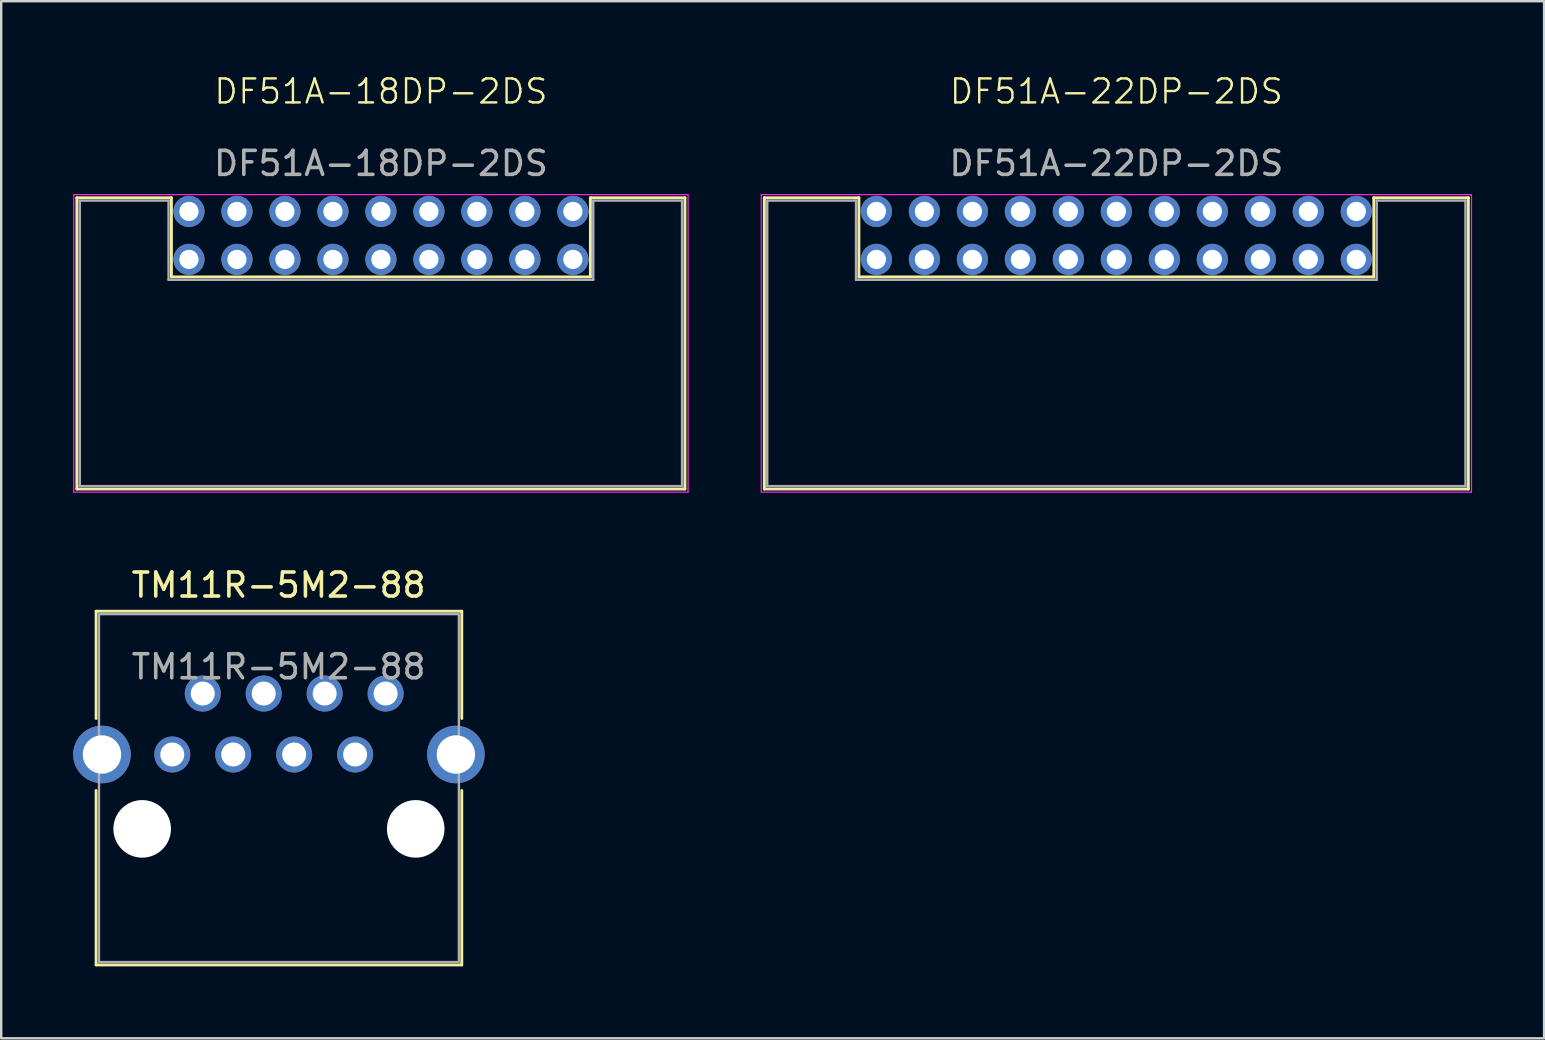
<source format=kicad_pcb>
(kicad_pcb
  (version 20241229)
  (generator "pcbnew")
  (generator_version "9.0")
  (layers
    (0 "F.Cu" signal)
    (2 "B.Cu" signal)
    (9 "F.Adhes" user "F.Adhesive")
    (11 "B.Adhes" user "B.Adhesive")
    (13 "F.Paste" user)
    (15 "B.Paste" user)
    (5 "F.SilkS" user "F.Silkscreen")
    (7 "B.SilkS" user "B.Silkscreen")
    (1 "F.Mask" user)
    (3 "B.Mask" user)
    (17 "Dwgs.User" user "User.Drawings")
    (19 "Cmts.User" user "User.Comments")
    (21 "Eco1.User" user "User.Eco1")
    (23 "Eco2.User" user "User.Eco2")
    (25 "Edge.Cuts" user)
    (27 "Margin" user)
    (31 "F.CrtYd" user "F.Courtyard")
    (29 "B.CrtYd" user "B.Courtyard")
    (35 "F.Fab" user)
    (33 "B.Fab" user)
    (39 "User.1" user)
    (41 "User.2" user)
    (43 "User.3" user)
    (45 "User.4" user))
  (footprint "TM11R-5M2-88"
    (layer "F.Cu")
    (at 13.02 25.854)
    (property "Reference" "TM11R-5M2-88" (at -4.46 -4.52 0) (unlocked yes) (layer "F.SilkS") (effects (font (size 1 1) (thickness 0.15))))
    (attr through_hole)
    (fp_line (start -12.065 -3.43) (end -12.065 1.04) (stroke (width 0.12) (type default)) (layer "F.SilkS"))
    (fp_line (start -12.065 -3.43) (end 3.175 -3.43) (stroke (width 0.12) (type default)) (layer "F.SilkS"))
    (fp_line (start -12.065 11.31) (end -12.065 4.04) (stroke (width 0.12) (type default)) (layer "F.SilkS"))
    (fp_line (start -12.065 11.31) (end 3.175 11.31) (stroke (width 0.12) (type default)) (layer "F.SilkS"))
    (fp_line (start 3.175 -3.43) (end 3.175 1.04) (stroke (width 0.12) (type default)) (layer "F.SilkS"))
    (fp_line (start 3.175 11.31) (end 3.175 4.04) (stroke (width 0.12) (type default)) (layer "F.SilkS"))
    (fp_rect (start -11.945 -3.31) (end 3.055 11.19) (stroke (width 0.1) (type default)) (fill no) (layer "F.Fab"))
    (fp_text user "${REFERENCE}" (at -4.46 -1.115 0) (unlocked yes) (layer "F.Fab") (effects (font (size 1 1) (thickness 0.15))))
    (pad "" np_thru_hole circle (at -10.145 5.64) (size 2.4 2.4) (drill 2.4) (layers "*.Cu" "*.Mask"))
    (pad "" np_thru_hole circle (at 1.255 5.64) (size 2.4 2.4) (drill 2.4) (layers "*.Cu" "*.Mask"))
    (pad "1" thru_hole circle (at 0 0) (size 1.5 1.5) (drill 1) (layers "*.Cu" "*.Mask"))
    (pad "2" thru_hole circle (at -1.27 2.54) (size 1.5 1.5) (drill 1) (layers "*.Cu" "*.Mask"))
    (pad "3" thru_hole circle (at -2.54 0) (size 1.5 1.5) (drill 1) (layers "*.Cu" "*.Mask"))
    (pad "4" thru_hole circle (at -3.81 2.54) (size 1.5 1.5) (drill 1) (layers "*.Cu" "*.Mask"))
    (pad "5" thru_hole circle (at -5.08 0) (size 1.5 1.5) (drill 1) (layers "*.Cu" "*.Mask"))
    (pad "6" thru_hole circle (at -6.35 2.54) (size 1.5 1.5) (drill 1) (layers "*.Cu" "*.Mask"))
    (pad "7" thru_hole circle (at -7.62 0) (size 1.5 1.5) (drill 1) (layers "*.Cu" "*.Mask"))
    (pad "8" thru_hole circle (at -8.89 2.54) (size 1.5 1.5) (drill 1) (layers "*.Cu" "*.Mask"))
    (pad "SH" thru_hole circle (at -11.82 2.54) (size 2.4 2.4) (drill 1.6) (layers "*.Cu" "*.Mask"))
    (pad "SH" thru_hole circle (at 2.93 2.54) (size 2.4 2.4) (drill 1.6) (layers "*.Cu" "*.Mask")))
  (footprint "DF51A-22DP-2DS"
    (layer "F.Cu")
    (at 33.475 5.761)
    (property "Reference" "DF51A-22DP-2DS" (at 10 -5 0) (unlocked yes) (layer "F.SilkS") (effects (font (size 1 1) (thickness 0.1))))
    (attr through_hole)
    (fp_line (start -4.67 -0.57) (end -4.67 11.57) (stroke (width 0.12) (type default)) (layer "F.SilkS"))
    (fp_line (start -4.67 -0.57) (end -0.73 -0.57) (stroke (width 0.12) (type default)) (layer "F.SilkS"))
    (fp_line (start -4.67 11.57) (end 24.67 11.57) (stroke (width 0.12) (type default)) (layer "F.SilkS"))
    (fp_line (start -0.73 -0.57) (end -0.73 2.73) (stroke (width 0.12) (type default)) (layer "F.SilkS"))
    (fp_line (start -0.73 2.73) (end 20.73 2.73) (stroke (width 0.12) (type default)) (layer "F.SilkS"))
    (fp_line (start 20.73 -0.57) (end 24.67 -0.57) (stroke (width 0.12) (type default)) (layer "F.SilkS"))
    (fp_line (start 20.73 2.73) (end 20.73 -0.57) (stroke (width 0.12) (type default)) (layer "F.SilkS"))
    (fp_line (start 24.67 -0.57) (end 24.67 11.57) (stroke (width 0.12) (type default)) (layer "F.SilkS"))
    (fp_line (start -4.8 -0.7) (end -4.8 11.7) (stroke (width 0.05) (type default)) (layer "F.CrtYd"))
    (fp_line (start -4.8 11.7) (end 24.8 11.7) (stroke (width 0.05) (type default)) (layer "F.CrtYd"))
    (fp_line (start 24.8 -0.7) (end -4.8 -0.7) (stroke (width 0.05) (type default)) (layer "F.CrtYd"))
    (fp_line (start 24.8 11.7) (end 24.8 -0.7) (stroke (width 0.05) (type default)) (layer "F.CrtYd"))
    (fp_line (start -4.55 -0.45) (end -4.55 11.45) (stroke (width 0.1) (type default)) (layer "F.Fab"))
    (fp_line (start -4.55 11.45) (end 24.55 11.45) (stroke (width 0.1) (type default)) (layer "F.Fab"))
    (fp_line (start -0.85 -0.45) (end -4.55 -0.45) (stroke (width 0.1) (type default)) (layer "F.Fab"))
    (fp_line (start -0.85 2.85) (end -0.85 -0.45) (stroke (width 0.1) (type default)) (layer "F.Fab"))
    (fp_line (start -0.85 2.85) (end 20.85 2.85) (stroke (width 0.1) (type default)) (layer "F.Fab"))
    (fp_line (start 20.85 -0.45) (end 20.85 2.85) (stroke (width 0.1) (type default)) (layer "F.Fab"))
    (fp_line (start 20.85 -0.45) (end 24.55 -0.45) (stroke (width 0.1) (type default)) (layer "F.Fab"))
    (fp_line (start 24.55 11.45) (end 24.55 -0.45) (stroke (width 0.1) (type default)) (layer "F.Fab"))
    (fp_text user "${REFERENCE}" (at 10 -2 0) (unlocked yes) (layer "F.Fab") (effects (font (size 1 1) (thickness 0.15))))
    (pad "1" thru_hole circle (at 0 0) (size 1.3 1.3) (drill 0.8) (layers "*.Cu" "*.Mask"))
    (pad "2" thru_hole circle (at 0 2) (size 1.3 1.3) (drill 0.8) (layers "*.Cu" "*.Mask"))
    (pad "3" thru_hole circle (at 2 0) (size 1.3 1.3) (drill 0.8) (layers "*.Cu" "*.Mask"))
    (pad "4" thru_hole circle (at 2 2) (size 1.3 1.3) (drill 0.8) (layers "*.Cu" "*.Mask"))
    (pad "5" thru_hole circle (at 4 0) (size 1.3 1.3) (drill 0.8) (layers "*.Cu" "*.Mask"))
    (pad "6" thru_hole circle (at 4 2) (size 1.3 1.3) (drill 0.8) (layers "*.Cu" "*.Mask"))
    (pad "7" thru_hole circle (at 6 0) (size 1.3 1.3) (drill 0.8) (layers "*.Cu" "*.Mask"))
    (pad "8" thru_hole circle (at 6 2) (size 1.3 1.3) (drill 0.8) (layers "*.Cu" "*.Mask"))
    (pad "9" thru_hole circle (at 8 0) (size 1.3 1.3) (drill 0.8) (layers "*.Cu" "*.Mask"))
    (pad "10" thru_hole circle (at 8 2) (size 1.3 1.3) (drill 0.8) (layers "*.Cu" "*.Mask"))
    (pad "11" thru_hole circle (at 10 0) (size 1.3 1.3) (drill 0.8) (layers "*.Cu" "*.Mask"))
    (pad "12" thru_hole circle (at 10 2) (size 1.3 1.3) (drill 0.8) (layers "*.Cu" "*.Mask"))
    (pad "13" thru_hole circle (at 12 0) (size 1.3 1.3) (drill 0.8) (layers "*.Cu" "*.Mask"))
    (pad "14" thru_hole circle (at 12 2) (size 1.3 1.3) (drill 0.8) (layers "*.Cu" "*.Mask"))
    (pad "15" thru_hole circle (at 14 0) (size 1.3 1.3) (drill 0.8) (layers "*.Cu" "*.Mask"))
    (pad "16" thru_hole circle (at 14 2) (size 1.3 1.3) (drill 0.8) (layers "*.Cu" "*.Mask"))
    (pad "17" thru_hole circle (at 16 0) (size 1.3 1.3) (drill 0.8) (layers "*.Cu" "*.Mask"))
    (pad "18" thru_hole circle (at 16 2) (size 1.3 1.3) (drill 0.8) (layers "*.Cu" "*.Mask"))
    (pad "19" thru_hole circle (at 18 0) (size 1.3 1.3) (drill 0.8) (layers "*.Cu" "*.Mask"))
    (pad "20" thru_hole circle (at 18 2) (size 1.3 1.3) (drill 0.8) (layers "*.Cu" "*.Mask"))
    (pad "21" thru_hole circle (at 20 0) (size 1.3 1.3) (drill 0.8) (layers "*.Cu" "*.Mask"))
    (pad "22" thru_hole circle (at 20 2) (size 1.3 1.3) (drill 0.8) (layers "*.Cu" "*.Mask")))
  (footprint "DF51A-18DP-2DS"
    (layer "F.Cu")
    (at 4.825 5.761)
    (property "Reference" "DF51A-18DP-2DS" (at 8 -5 0) (unlocked yes) (layer "F.SilkS") (effects (font (size 1 1) (thickness 0.1))))
    (attr through_hole)
    (fp_line (start -4.67 -0.57) (end -4.67 11.57) (stroke (width 0.12) (type default)) (layer "F.SilkS"))
    (fp_line (start -4.67 -0.57) (end -0.73 -0.57) (stroke (width 0.12) (type default)) (layer "F.SilkS"))
    (fp_line (start -4.67 11.57) (end 20.67 11.57) (stroke (width 0.12) (type default)) (layer "F.SilkS"))
    (fp_line (start -0.73 -0.57) (end -0.73 2.73) (stroke (width 0.12) (type default)) (layer "F.SilkS"))
    (fp_line (start -0.73 2.73) (end 16.73 2.73) (stroke (width 0.12) (type default)) (layer "F.SilkS"))
    (fp_line (start 16.73 -0.57) (end 20.67 -0.57) (stroke (width 0.12) (type default)) (layer "F.SilkS"))
    (fp_line (start 16.73 2.73) (end 16.73 -0.57) (stroke (width 0.12) (type default)) (layer "F.SilkS"))
    (fp_line (start 20.67 -0.57) (end 20.67 11.57) (stroke (width 0.12) (type default)) (layer "F.SilkS"))
    (fp_line (start -4.8 -0.7) (end -4.8 11.7) (stroke (width 0.05) (type default)) (layer "F.CrtYd"))
    (fp_line (start -4.8 11.7) (end 20.8 11.7) (stroke (width 0.05) (type default)) (layer "F.CrtYd"))
    (fp_line (start 20.8 -0.7) (end -4.8 -0.7) (stroke (width 0.05) (type default)) (layer "F.CrtYd"))
    (fp_line (start 20.8 11.7) (end 20.8 -0.7) (stroke (width 0.05) (type default)) (layer "F.CrtYd"))
    (fp_line (start -4.55 -0.45) (end -4.55 11.45) (stroke (width 0.1) (type default)) (layer "F.Fab"))
    (fp_line (start -4.55 11.45) (end 20.55 11.45) (stroke (width 0.1) (type default)) (layer "F.Fab"))
    (fp_line (start -0.85 -0.45) (end -4.55 -0.45) (stroke (width 0.1) (type default)) (layer "F.Fab"))
    (fp_line (start -0.85 2.85) (end -0.85 -0.45) (stroke (width 0.1) (type default)) (layer "F.Fab"))
    (fp_line (start -0.85 2.85) (end 16.85 2.85) (stroke (width 0.1) (type default)) (layer "F.Fab"))
    (fp_line (start 16.85 -0.45) (end 16.85 2.85) (stroke (width 0.1) (type default)) (layer "F.Fab"))
    (fp_line (start 16.85 -0.45) (end 20.55 -0.45) (stroke (width 0.1) (type default)) (layer "F.Fab"))
    (fp_line (start 20.55 11.45) (end 20.55 -0.45) (stroke (width 0.1) (type default)) (layer "F.Fab"))
    (fp_text user "${REFERENCE}" (at 8 -2 0) (unlocked yes) (layer "F.Fab") (effects (font (size 1 1) (thickness 0.15))))
    (pad "1" thru_hole circle (at 0 0) (size 1.3 1.3) (drill 0.8) (layers "*.Cu" "*.Mask"))
    (pad "2" thru_hole circle (at 0 2) (size 1.3 1.3) (drill 0.8) (layers "*.Cu" "*.Mask"))
    (pad "3" thru_hole circle (at 2 0) (size 1.3 1.3) (drill 0.8) (layers "*.Cu" "*.Mask"))
    (pad "4" thru_hole circle (at 2 2) (size 1.3 1.3) (drill 0.8) (layers "*.Cu" "*.Mask"))
    (pad "5" thru_hole circle (at 4 0) (size 1.3 1.3) (drill 0.8) (layers "*.Cu" "*.Mask"))
    (pad "6" thru_hole circle (at 4 2) (size 1.3 1.3) (drill 0.8) (layers "*.Cu" "*.Mask"))
    (pad "7" thru_hole circle (at 6 0) (size 1.3 1.3) (drill 0.8) (layers "*.Cu" "*.Mask"))
    (pad "8" thru_hole circle (at 6 2) (size 1.3 1.3) (drill 0.8) (layers "*.Cu" "*.Mask"))
    (pad "9" thru_hole circle (at 8 0) (size 1.3 1.3) (drill 0.8) (layers "*.Cu" "*.Mask"))
    (pad "10" thru_hole circle (at 8 2) (size 1.3 1.3) (drill 0.8) (layers "*.Cu" "*.Mask"))
    (pad "11" thru_hole circle (at 10 0) (size 1.3 1.3) (drill 0.8) (layers "*.Cu" "*.Mask"))
    (pad "12" thru_hole circle (at 10 2) (size 1.3 1.3) (drill 0.8) (layers "*.Cu" "*.Mask"))
    (pad "13" thru_hole circle (at 12 0) (size 1.3 1.3) (drill 0.8) (layers "*.Cu" "*.Mask"))
    (pad "14" thru_hole circle (at 12 2) (size 1.3 1.3) (drill 0.8) (layers "*.Cu" "*.Mask"))
    (pad "15" thru_hole circle (at 14 0) (size 1.3 1.3) (drill 0.8) (layers "*.Cu" "*.Mask"))
    (pad "16" thru_hole circle (at 14 2) (size 1.3 1.3) (drill 0.8) (layers "*.Cu" "*.Mask"))
    (pad "17" thru_hole circle (at 16 0) (size 1.3 1.3) (drill 0.8) (layers "*.Cu" "*.Mask"))
    (pad "18" thru_hole circle (at 16 2) (size 1.3 1.3) (drill 0.8) (layers "*.Cu" "*.Mask")))
  (gr_rect
    (start -3 -3)
    (end 61.3 40.224)
    (stroke (width 0.1) (type default))
    (fill no)
    (layer "Edge.Cuts")))
</source>
